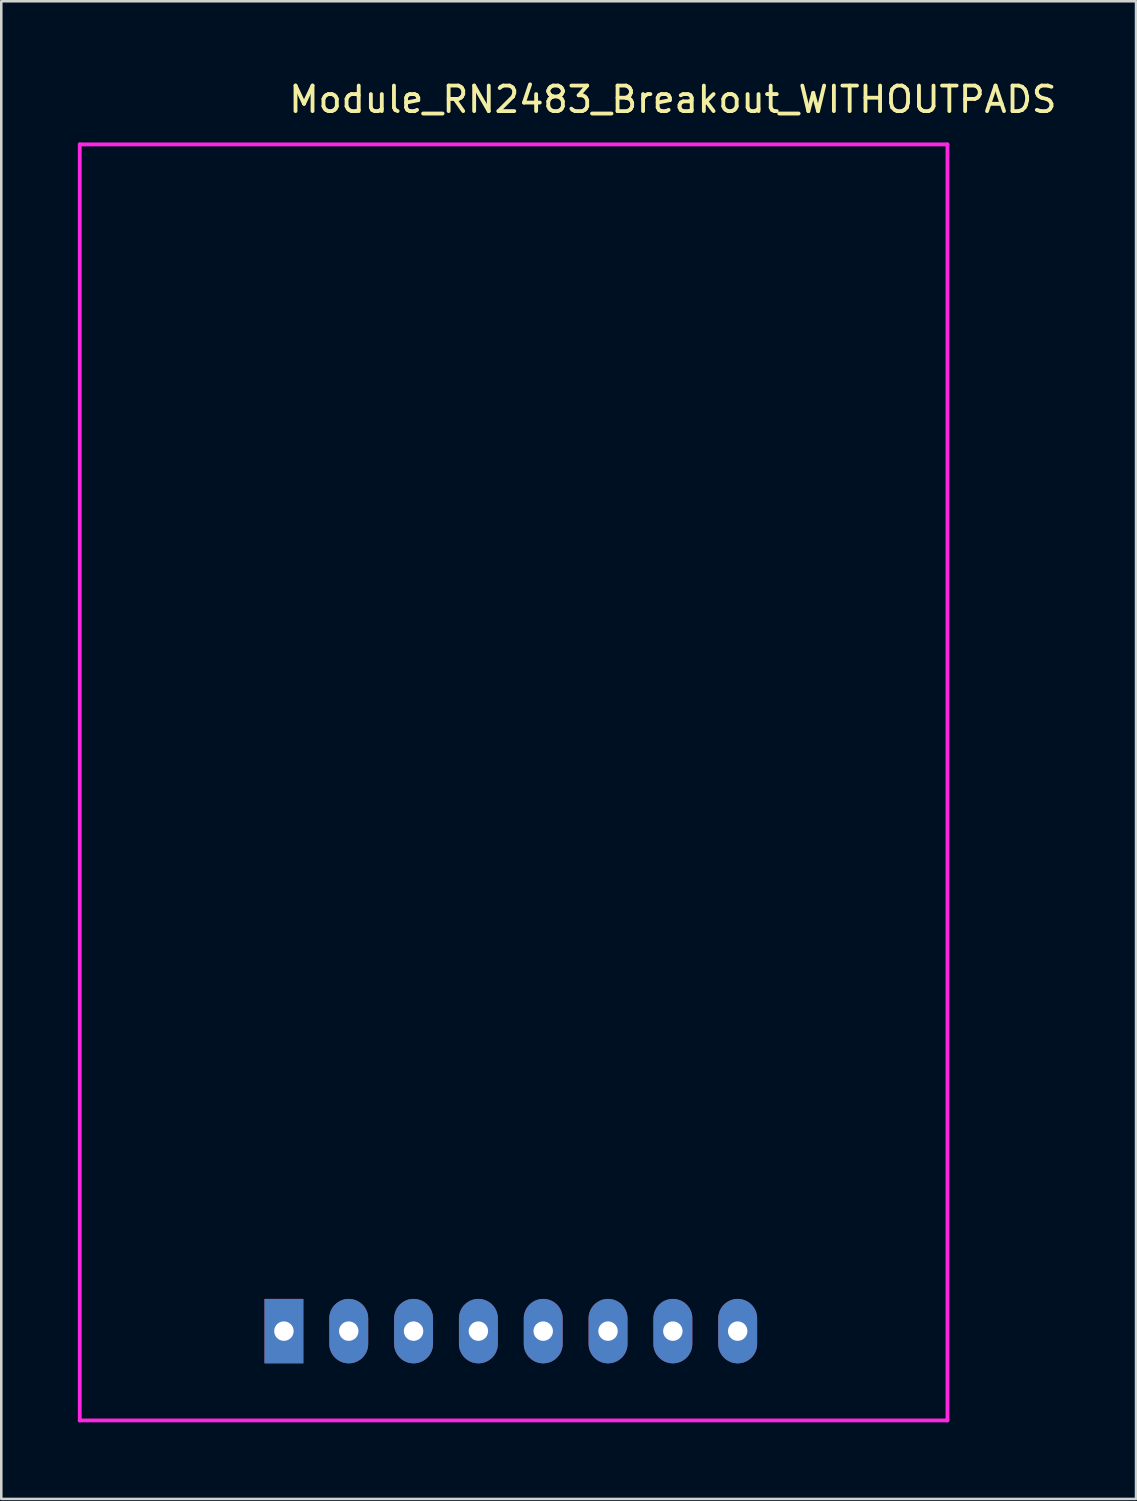
<source format=kicad_pcb>
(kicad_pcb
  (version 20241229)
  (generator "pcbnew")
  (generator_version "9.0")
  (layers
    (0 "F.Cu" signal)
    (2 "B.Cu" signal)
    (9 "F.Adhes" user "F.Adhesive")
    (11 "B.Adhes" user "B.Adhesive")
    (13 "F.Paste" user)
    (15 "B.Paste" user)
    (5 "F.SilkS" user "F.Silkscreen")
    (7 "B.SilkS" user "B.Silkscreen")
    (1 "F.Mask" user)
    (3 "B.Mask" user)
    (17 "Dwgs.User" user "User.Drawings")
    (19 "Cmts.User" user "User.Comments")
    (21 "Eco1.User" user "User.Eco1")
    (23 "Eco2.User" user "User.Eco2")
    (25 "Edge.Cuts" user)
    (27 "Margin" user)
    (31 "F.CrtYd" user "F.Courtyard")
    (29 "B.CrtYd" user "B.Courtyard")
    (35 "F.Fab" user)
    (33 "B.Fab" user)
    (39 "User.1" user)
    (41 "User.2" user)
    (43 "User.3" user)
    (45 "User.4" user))
  (footprint "Module_RN2483_Breakout_WITHOUTPADS"
    (layer "F.Cu")
    (at 8.075 49.108)
    (property "Reference" "Module_RN2483_Breakout_WITHOUTPADS" (at 15.24 -48.26 0) (layer "F.SilkS") (effects (font (size 1 1) (thickness 0.15))))
    (attr through_hole)
    (fp_line (start -8 -46.5) (end 26 -46.5) (stroke (width 0.15) (type solid)) (layer "F.CrtYd"))
    (fp_line (start -8 3.5) (end -8 -46.5) (stroke (width 0.15) (type solid)) (layer "F.CrtYd"))
    (fp_line (start 26 -46.5) (end 26 3.5) (stroke (width 0.15) (type solid)) (layer "F.CrtYd"))
    (fp_line (start 26 3.5) (end -8 3.5) (stroke (width 0.15) (type solid)) (layer "F.CrtYd"))
    (pad "1" thru_hole rect (at 0 0) (size 1.524 2.524) (drill 0.762) (layers "*.Cu" "*.Mask"))
    (pad "2" thru_hole oval (at 2.54 0) (size 1.524 2.524) (drill 0.762) (layers "*.Cu" "*.Mask"))
    (pad "3" thru_hole oval (at 5.08 0) (size 1.524 2.524) (drill 0.762) (layers "*.Cu" "*.Mask"))
    (pad "4" thru_hole oval (at 7.62 0) (size 1.524 2.524) (drill 0.762) (layers "*.Cu" "*.Mask"))
    (pad "5" thru_hole oval (at 10.16 0) (size 1.524 2.524) (drill 0.762) (layers "*.Cu" "*.Mask"))
    (pad "6" thru_hole oval (at 12.7 0) (size 1.524 2.524) (drill 0.762) (layers "*.Cu" "*.Mask"))
    (pad "7" thru_hole oval (at 15.24 0) (size 1.524 2.524) (drill 0.762) (layers "*.Cu" "*.Mask"))
    (pad "8" thru_hole oval (at 17.78 0) (size 1.524 2.524) (drill 0.762) (layers "*.Cu" "*.Mask")))
  (gr_rect
    (start -3 -3)
    (end 41.464 55.683)
    (stroke (width 0.1) (type default))
    (fill no)
    (layer "Edge.Cuts")))
</source>
